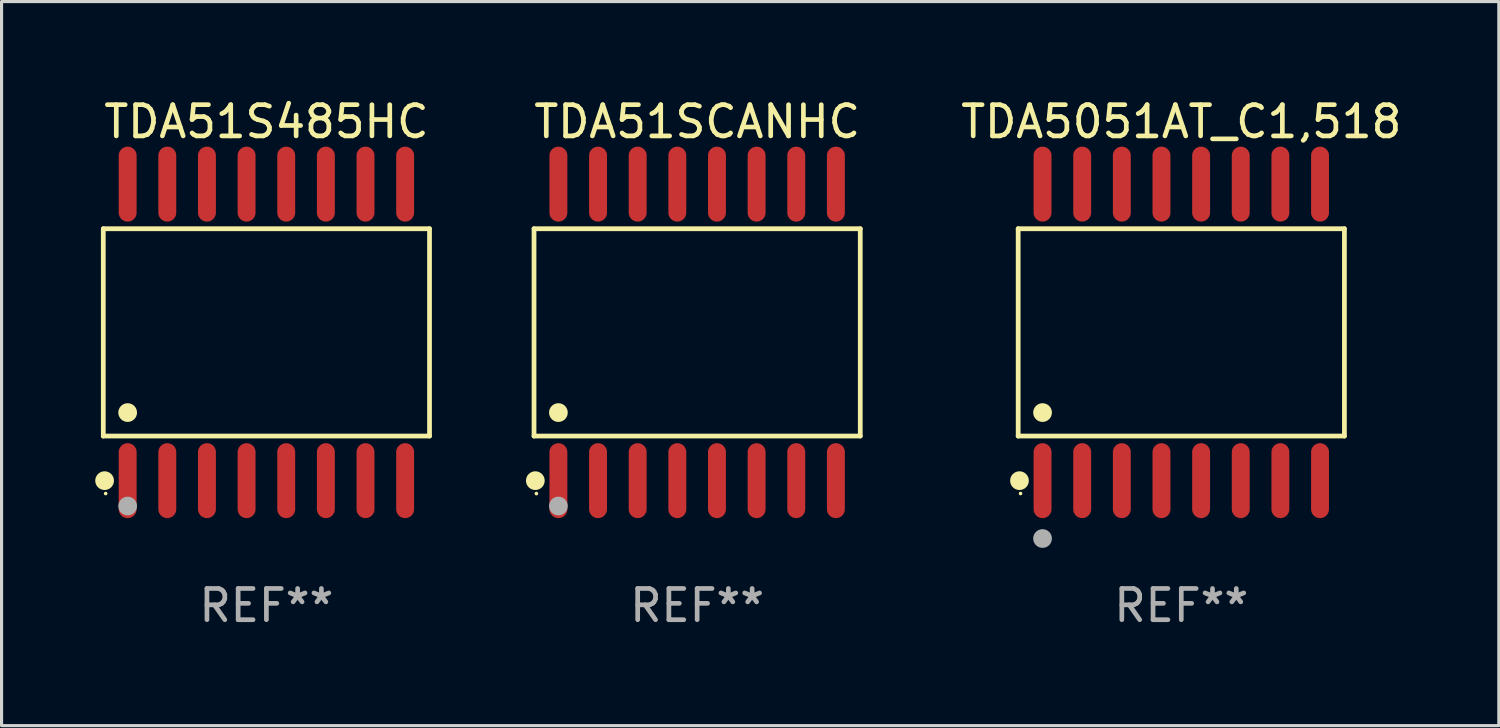
<source format=kicad_pcb>
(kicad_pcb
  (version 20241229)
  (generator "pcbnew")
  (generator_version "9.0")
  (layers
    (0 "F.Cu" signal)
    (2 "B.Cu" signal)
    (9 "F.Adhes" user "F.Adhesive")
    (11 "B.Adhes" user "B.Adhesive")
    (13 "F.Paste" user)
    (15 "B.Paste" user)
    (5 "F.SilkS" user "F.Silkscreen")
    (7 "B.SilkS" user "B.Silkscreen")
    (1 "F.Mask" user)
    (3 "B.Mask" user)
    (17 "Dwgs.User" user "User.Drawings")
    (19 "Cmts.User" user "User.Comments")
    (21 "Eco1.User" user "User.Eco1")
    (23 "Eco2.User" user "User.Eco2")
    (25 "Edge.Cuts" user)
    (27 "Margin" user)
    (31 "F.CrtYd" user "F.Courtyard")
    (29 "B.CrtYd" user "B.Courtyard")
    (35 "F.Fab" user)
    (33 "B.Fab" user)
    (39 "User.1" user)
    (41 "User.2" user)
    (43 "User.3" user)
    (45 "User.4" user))
  (footprint "TDA51S485HC"
    (layer "F.Cu")
    (at 5.485 7.599)
    (property "Reference" "TDA51S485HC" (at 0 -6.75 0) (layer "F.SilkS") (effects (font (size 1 1) (thickness 0.15))))
    (attr through_hole)
    (fp_line (start -5.226 -3.321) (end 5.226 -3.321) (stroke (width 0.152) (type solid)) (layer "F.SilkS"))
    (fp_line (start -5.226 3.321) (end -5.226 -3.321) (stroke (width 0.152) (type solid)) (layer "F.SilkS"))
    (fp_line (start 5.226 -3.321) (end 5.226 3.321) (stroke (width 0.152) (type solid)) (layer "F.SilkS"))
    (fp_line (start 5.226 3.321) (end -5.226 3.321) (stroke (width 0.152) (type solid)) (layer "F.SilkS"))
    (fp_circle (center -5.184 4.75) (end -5.034 4.75) (stroke (width 0.3) (type solid)) (fill no) (layer "F.SilkS"))
    (fp_circle (center -5.15 5.163) (end -5.12 5.163) (stroke (width 0.06) (type solid)) (fill no) (layer "F.SilkS"))
    (fp_circle (center -4.445 2.569) (end -4.295 2.569) (stroke (width 0.3) (type solid)) (fill no) (layer "F.SilkS"))
    (fp_circle (center -4.445 5.563) (end -4.295 5.563) (stroke (width 0.3) (type solid)) (fill no) (layer "F.Fab"))
    (fp_text user "REF**" (at 0 8.75 0) (layer "F.Fab") (effects (font (size 1 1) (thickness 0.15))))
    (pad "1" smd oval (at -4.445 4.75) (size 0.574 2.401) (layers "F.Cu" "F.Mask" "F.Paste"))
    (pad "2" smd oval (at -3.175 4.75) (size 0.574 2.401) (layers "F.Cu" "F.Mask" "F.Paste"))
    (pad "3" smd oval (at -1.905 4.75) (size 0.574 2.401) (layers "F.Cu" "F.Mask" "F.Paste"))
    (pad "4" smd oval (at -0.635 4.75) (size 0.574 2.401) (layers "F.Cu" "F.Mask" "F.Paste"))
    (pad "5" smd oval (at 0.635 4.75) (size 0.574 2.401) (layers "F.Cu" "F.Mask" "F.Paste"))
    (pad "6" smd oval (at 1.905 4.75) (size 0.574 2.401) (layers "F.Cu" "F.Mask" "F.Paste"))
    (pad "7" smd oval (at 3.175 4.75) (size 0.574 2.401) (layers "F.Cu" "F.Mask" "F.Paste"))
    (pad "8" smd oval (at 4.445 4.75) (size 0.574 2.401) (layers "F.Cu" "F.Mask" "F.Paste"))
    (pad "9" smd oval (at 4.445 -4.75) (size 0.574 2.401) (layers "F.Cu" "F.Mask" "F.Paste"))
    (pad "10" smd oval (at 3.175 -4.75) (size 0.574 2.401) (layers "F.Cu" "F.Mask" "F.Paste"))
    (pad "11" smd oval (at 1.905 -4.75) (size 0.574 2.401) (layers "F.Cu" "F.Mask" "F.Paste"))
    (pad "12" smd oval (at 0.635 -4.75) (size 0.574 2.401) (layers "F.Cu" "F.Mask" "F.Paste"))
    (pad "13" smd oval (at -0.635 -4.75) (size 0.574 2.401) (layers "F.Cu" "F.Mask" "F.Paste"))
    (pad "14" smd oval (at -1.905 -4.75) (size 0.574 2.401) (layers "F.Cu" "F.Mask" "F.Paste"))
    (pad "15" smd oval (at -3.175 -4.75) (size 0.574 2.401) (layers "F.Cu" "F.Mask" "F.Paste"))
    (pad "16" smd oval (at -4.445 -4.75) (size 0.574 2.401) (layers "F.Cu" "F.Mask" "F.Paste")))
  (footprint "TDA51SCANHC"
    (layer "F.Cu")
    (at 19.285 7.599)
    (property "Reference" "TDA51SCANHC" (at 0 -6.75 0) (layer "F.SilkS") (effects (font (size 1 1) (thickness 0.15))))
    (attr through_hole)
    (fp_line (start -5.226 -3.321) (end 5.226 -3.321) (stroke (width 0.152) (type solid)) (layer "F.SilkS"))
    (fp_line (start -5.226 3.321) (end -5.226 -3.321) (stroke (width 0.152) (type solid)) (layer "F.SilkS"))
    (fp_line (start 5.226 -3.321) (end 5.226 3.321) (stroke (width 0.152) (type solid)) (layer "F.SilkS"))
    (fp_line (start 5.226 3.321) (end -5.226 3.321) (stroke (width 0.152) (type solid)) (layer "F.SilkS"))
    (fp_circle (center -5.184 4.75) (end -5.034 4.75) (stroke (width 0.3) (type solid)) (fill no) (layer "F.SilkS"))
    (fp_circle (center -5.15 5.163) (end -5.12 5.163) (stroke (width 0.06) (type solid)) (fill no) (layer "F.SilkS"))
    (fp_circle (center -4.445 2.569) (end -4.295 2.569) (stroke (width 0.3) (type solid)) (fill no) (layer "F.SilkS"))
    (fp_circle (center -4.445 5.563) (end -4.295 5.563) (stroke (width 0.3) (type solid)) (fill no) (layer "F.Fab"))
    (fp_text user "REF**" (at 0 8.75 0) (layer "F.Fab") (effects (font (size 1 1) (thickness 0.15))))
    (pad "1" smd oval (at -4.445 4.75) (size 0.574 2.401) (layers "F.Cu" "F.Mask" "F.Paste"))
    (pad "2" smd oval (at -3.175 4.75) (size 0.574 2.401) (layers "F.Cu" "F.Mask" "F.Paste"))
    (pad "3" smd oval (at -1.905 4.75) (size 0.574 2.401) (layers "F.Cu" "F.Mask" "F.Paste"))
    (pad "4" smd oval (at -0.635 4.75) (size 0.574 2.401) (layers "F.Cu" "F.Mask" "F.Paste"))
    (pad "5" smd oval (at 0.635 4.75) (size 0.574 2.401) (layers "F.Cu" "F.Mask" "F.Paste"))
    (pad "6" smd oval (at 1.905 4.75) (size 0.574 2.401) (layers "F.Cu" "F.Mask" "F.Paste"))
    (pad "7" smd oval (at 3.175 4.75) (size 0.574 2.401) (layers "F.Cu" "F.Mask" "F.Paste"))
    (pad "8" smd oval (at 4.445 4.75) (size 0.574 2.401) (layers "F.Cu" "F.Mask" "F.Paste"))
    (pad "9" smd oval (at 4.445 -4.75) (size 0.574 2.401) (layers "F.Cu" "F.Mask" "F.Paste"))
    (pad "10" smd oval (at 3.175 -4.75) (size 0.574 2.401) (layers "F.Cu" "F.Mask" "F.Paste"))
    (pad "11" smd oval (at 1.905 -4.75) (size 0.574 2.401) (layers "F.Cu" "F.Mask" "F.Paste"))
    (pad "12" smd oval (at 0.635 -4.75) (size 0.574 2.401) (layers "F.Cu" "F.Mask" "F.Paste"))
    (pad "13" smd oval (at -0.635 -4.75) (size 0.574 2.401) (layers "F.Cu" "F.Mask" "F.Paste"))
    (pad "14" smd oval (at -1.905 -4.75) (size 0.574 2.401) (layers "F.Cu" "F.Mask" "F.Paste"))
    (pad "15" smd oval (at -3.175 -4.75) (size 0.574 2.401) (layers "F.Cu" "F.Mask" "F.Paste"))
    (pad "16" smd oval (at -4.445 -4.75) (size 0.574 2.401) (layers "F.Cu" "F.Mask" "F.Paste")))
  (footprint "TDA5051AT_C1,518"
    (layer "F.Cu")
    (at 34.796 7.599)
    (property "Reference" "TDA5051AT_C1,518" (at 0 -6.75 0) (layer "F.SilkS") (effects (font (size 1 1) (thickness 0.15))))
    (attr through_hole)
    (fp_line (start -5.226 -3.321) (end 5.226 -3.321) (stroke (width 0.152) (type solid)) (layer "F.SilkS"))
    (fp_line (start -5.226 3.321) (end -5.226 -3.321) (stroke (width 0.152) (type solid)) (layer "F.SilkS"))
    (fp_line (start 5.226 -3.321) (end 5.226 3.321) (stroke (width 0.152) (type solid)) (layer "F.SilkS"))
    (fp_line (start 5.226 3.321) (end -5.226 3.321) (stroke (width 0.152) (type solid)) (layer "F.SilkS"))
    (fp_circle (center -5.184 4.75) (end -5.034 4.75) (stroke (width 0.3) (type solid)) (fill no) (layer "F.SilkS"))
    (fp_circle (center -5.15 5.162) (end -5.12 5.162) (stroke (width 0.06) (type solid)) (fill no) (layer "F.SilkS"))
    (fp_circle (center -4.445 2.569) (end -4.295 2.569) (stroke (width 0.3) (type solid)) (fill no) (layer "F.SilkS"))
    (fp_circle (center -4.445 6.604) (end -4.295 6.604) (stroke (width 0.3) (type solid)) (fill no) (layer "F.Fab"))
    (fp_text user "REF**" (at 0 8.75 0) (layer "F.Fab") (effects (font (size 1 1) (thickness 0.15))))
    (pad "1" smd oval (at -4.445 4.75) (size 0.574 2.401) (layers "F.Cu" "F.Mask" "F.Paste"))
    (pad "2" smd oval (at -3.175 4.75) (size 0.574 2.401) (layers "F.Cu" "F.Mask" "F.Paste"))
    (pad "3" smd oval (at -1.905 4.75) (size 0.574 2.401) (layers "F.Cu" "F.Mask" "F.Paste"))
    (pad "4" smd oval (at -0.635 4.75) (size 0.574 2.401) (layers "F.Cu" "F.Mask" "F.Paste"))
    (pad "5" smd oval (at 0.635 4.75) (size 0.574 2.401) (layers "F.Cu" "F.Mask" "F.Paste"))
    (pad "6" smd oval (at 1.905 4.75) (size 0.574 2.401) (layers "F.Cu" "F.Mask" "F.Paste"))
    (pad "7" smd oval (at 3.175 4.75) (size 0.574 2.401) (layers "F.Cu" "F.Mask" "F.Paste"))
    (pad "8" smd oval (at 4.445 4.75) (size 0.574 2.401) (layers "F.Cu" "F.Mask" "F.Paste"))
    (pad "9" smd oval (at 4.445 -4.75) (size 0.574 2.401) (layers "F.Cu" "F.Mask" "F.Paste"))
    (pad "10" smd oval (at 3.175 -4.75) (size 0.574 2.401) (layers "F.Cu" "F.Mask" "F.Paste"))
    (pad "11" smd oval (at 1.905 -4.75) (size 0.574 2.401) (layers "F.Cu" "F.Mask" "F.Paste"))
    (pad "12" smd oval (at 0.635 -4.75) (size 0.574 2.401) (layers "F.Cu" "F.Mask" "F.Paste"))
    (pad "13" smd oval (at -0.635 -4.75) (size 0.574 2.401) (layers "F.Cu" "F.Mask" "F.Paste"))
    (pad "14" smd oval (at -1.905 -4.75) (size 0.574 2.401) (layers "F.Cu" "F.Mask" "F.Paste"))
    (pad "15" smd oval (at -3.175 -4.75) (size 0.574 2.401) (layers "F.Cu" "F.Mask" "F.Paste"))
    (pad "16" smd oval (at -4.445 -4.75) (size 0.574 2.401) (layers "F.Cu" "F.Mask" "F.Paste")))
  (gr_rect
    (start -3 -3)
    (end 44.969 20.197)
    (stroke (width 0.1) (type default))
    (fill no)
    (layer "Edge.Cuts")))
</source>
